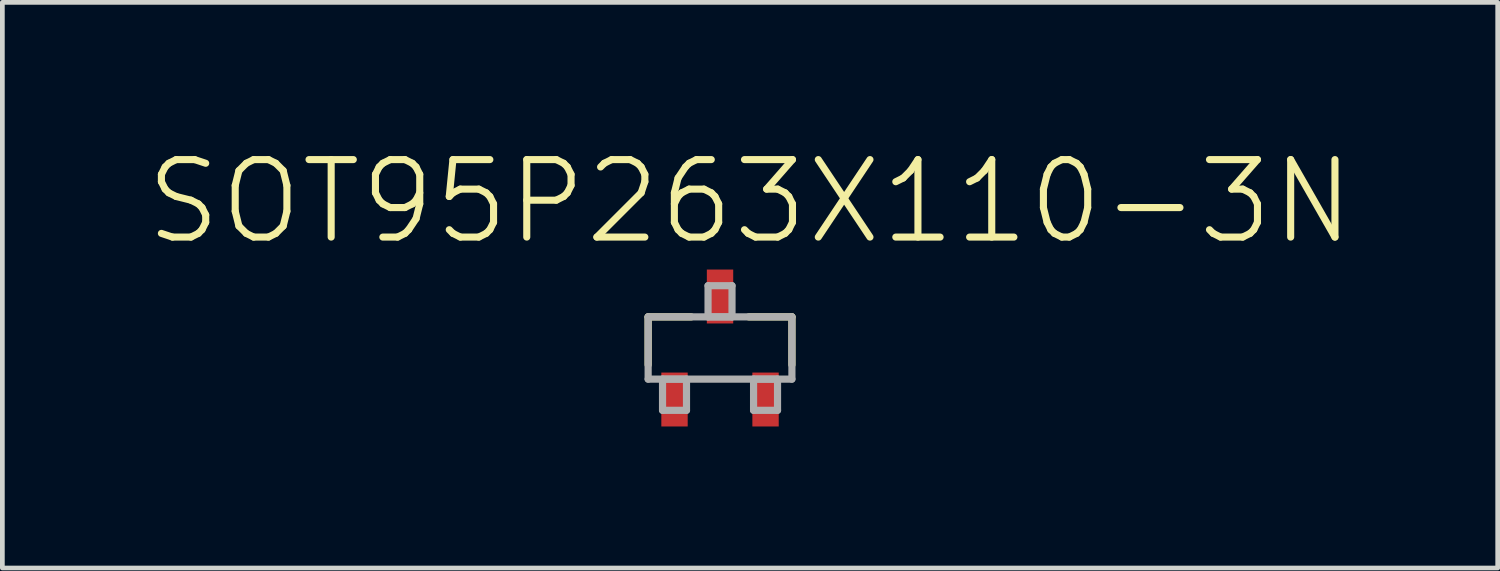
<source format=kicad_pcb>
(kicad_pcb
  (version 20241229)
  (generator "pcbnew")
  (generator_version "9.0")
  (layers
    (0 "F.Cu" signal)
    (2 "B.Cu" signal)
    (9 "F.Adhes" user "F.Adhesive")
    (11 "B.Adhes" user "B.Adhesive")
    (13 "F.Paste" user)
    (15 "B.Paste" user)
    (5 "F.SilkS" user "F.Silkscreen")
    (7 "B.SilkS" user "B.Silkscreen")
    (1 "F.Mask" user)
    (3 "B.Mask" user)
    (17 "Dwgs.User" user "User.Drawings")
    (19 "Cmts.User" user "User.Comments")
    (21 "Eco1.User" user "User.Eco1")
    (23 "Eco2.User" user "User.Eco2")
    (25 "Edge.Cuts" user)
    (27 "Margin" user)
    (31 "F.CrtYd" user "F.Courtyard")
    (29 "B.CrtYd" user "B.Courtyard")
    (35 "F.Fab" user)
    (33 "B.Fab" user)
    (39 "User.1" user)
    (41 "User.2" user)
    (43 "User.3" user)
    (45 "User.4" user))
  (footprint "SOT95P263X110-3N"
    (layer "F.Cu")
    (at 12.215 4.328)
    (property "Reference" "SOT95P263X110-3N" (at 0.636 -3.104 0) (layer "F.SilkS") (effects (font (size 1.643 1.643) (thickness 0.15))))
    (attr smd)
    (fp_line (start -1.524 -0.66) (end -1.524 0.356) (stroke (width 0.152) (type solid)) (layer "F.SilkS"))
    (fp_line (start -0.61 -0.66) (end -1.524 -0.66) (stroke (width 0.152) (type solid)) (layer "F.SilkS"))
    (fp_line (start 1.524 -0.66) (end 0.61 -0.66) (stroke (width 0.152) (type solid)) (layer "F.SilkS"))
    (fp_line (start 1.524 0.356) (end 1.524 -0.66) (stroke (width 0.152) (type solid)) (layer "F.SilkS"))
    (fp_line (start -1.524 -0.66) (end -1.524 0.66) (stroke (width 0.152) (type solid)) (layer "F.Fab"))
    (fp_line (start -1.524 0.66) (end 1.524 0.66) (stroke (width 0.152) (type solid)) (layer "F.Fab"))
    (fp_line (start -1.219 0.66) (end -1.219 1.321) (stroke (width 0.152) (type solid)) (layer "F.Fab"))
    (fp_line (start -1.219 1.321) (end -0.711 1.321) (stroke (width 0.152) (type solid)) (layer "F.Fab"))
    (fp_line (start -0.711 0.66) (end -1.219 0.66) (stroke (width 0.152) (type solid)) (layer "F.Fab"))
    (fp_line (start -0.711 1.321) (end -0.711 0.66) (stroke (width 0.152) (type solid)) (layer "F.Fab"))
    (fp_line (start -0.254 -1.321) (end -0.254 -0.66) (stroke (width 0.152) (type solid)) (layer "F.Fab"))
    (fp_line (start -0.254 -0.66) (end 0.254 -0.66) (stroke (width 0.152) (type solid)) (layer "F.Fab"))
    (fp_line (start 0.254 -1.321) (end -0.254 -1.321) (stroke (width 0.152) (type solid)) (layer "F.Fab"))
    (fp_line (start 0.254 -0.66) (end 0.254 -1.321) (stroke (width 0.152) (type solid)) (layer "F.Fab"))
    (fp_line (start 0.711 0.66) (end 0.711 1.321) (stroke (width 0.152) (type solid)) (layer "F.Fab"))
    (fp_line (start 0.711 1.321) (end 1.219 1.321) (stroke (width 0.152) (type solid)) (layer "F.Fab"))
    (fp_line (start 1.219 0.66) (end 0.711 0.66) (stroke (width 0.152) (type solid)) (layer "F.Fab"))
    (fp_line (start 1.219 1.321) (end 1.219 0.66) (stroke (width 0.152) (type solid)) (layer "F.Fab"))
    (fp_line (start 1.524 -0.66) (end -1.524 -0.66) (stroke (width 0.152) (type solid)) (layer "F.Fab"))
    (fp_line (start 1.524 0.66) (end 1.524 -0.66) (stroke (width 0.152) (type solid)) (layer "F.Fab"))
    (pad "1" smd rect (at -0.965 1.092) (size 0.559 1.143) (layers "F.Cu" "F.Mask" "F.Paste"))
    (pad "2" smd rect (at 0.965 1.092) (size 0.559 1.143) (layers "F.Cu" "F.Mask" "F.Paste"))
    (pad "3" smd rect (at 0 -1.092) (size 0.559 1.143) (layers "F.Cu" "F.Mask" "F.Paste")))
  (gr_rect
    (start -3 -3)
    (end 28.702 8.992)
    (stroke (width 0.1) (type default))
    (fill no)
    (layer "Edge.Cuts")))
</source>
